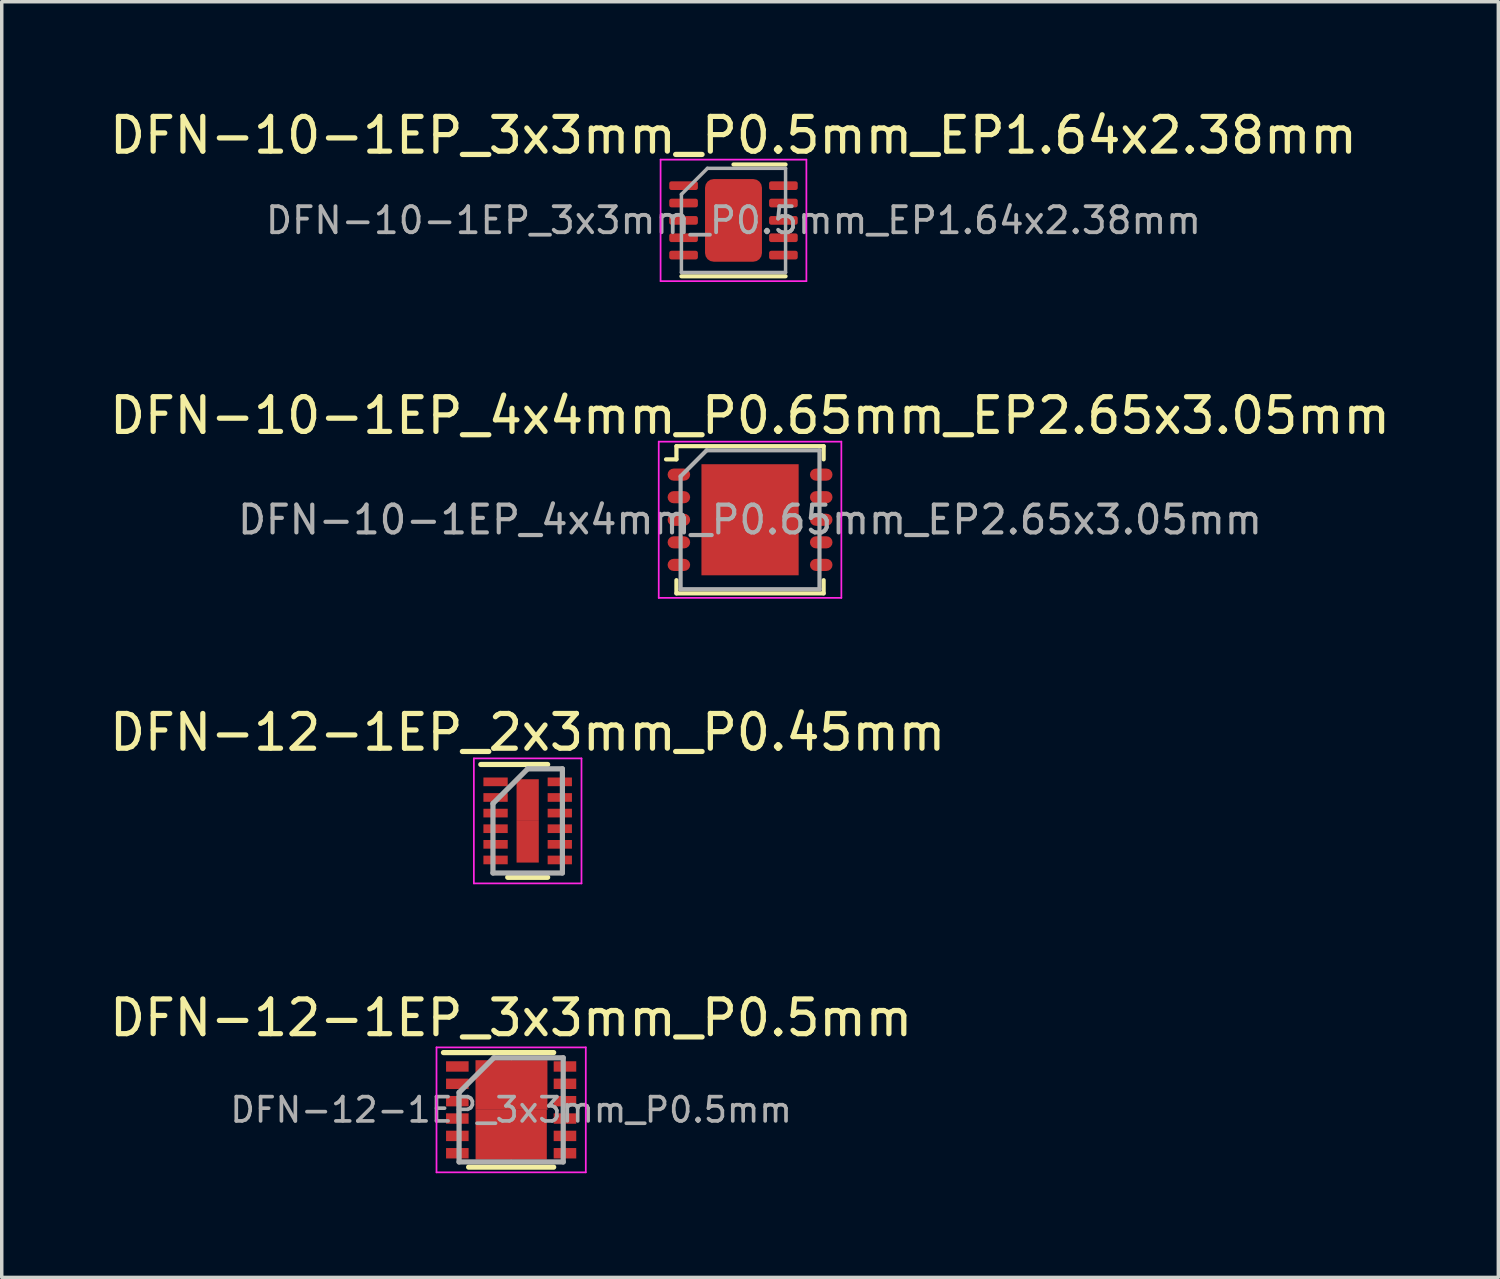
<source format=kicad_pcb>
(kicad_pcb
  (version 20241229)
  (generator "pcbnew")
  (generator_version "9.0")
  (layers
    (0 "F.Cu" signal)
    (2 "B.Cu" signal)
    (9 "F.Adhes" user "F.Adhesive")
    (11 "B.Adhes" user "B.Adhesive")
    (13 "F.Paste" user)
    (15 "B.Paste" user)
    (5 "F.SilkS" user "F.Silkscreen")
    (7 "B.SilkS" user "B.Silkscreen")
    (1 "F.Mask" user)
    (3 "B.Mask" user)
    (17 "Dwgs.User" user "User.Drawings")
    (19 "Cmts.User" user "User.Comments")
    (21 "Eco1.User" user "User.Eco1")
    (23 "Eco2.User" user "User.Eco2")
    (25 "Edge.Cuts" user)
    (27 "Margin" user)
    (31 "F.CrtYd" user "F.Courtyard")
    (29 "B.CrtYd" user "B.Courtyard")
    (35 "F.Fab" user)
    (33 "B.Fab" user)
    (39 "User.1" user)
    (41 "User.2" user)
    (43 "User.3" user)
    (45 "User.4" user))
  (footprint "DFN-10-1EP_3x3mm_P0.5mm_EP1.64x2.38mm"
    (layer "F.Cu")
    (at 18.077 3.298)
    (property "Reference" "DFN-10-1EP_3x3mm_P0.5mm_EP1.64x2.38mm" (at 0 -2.45 0) (layer "F.SilkS") (effects (font (size 1 1) (thickness 0.15))))
    (attr smd)
    (fp_line (start -1.5 1.61) (end 1.5 1.61) (stroke (width 0.12) (type solid)) (layer "F.SilkS"))
    (fp_line (start 0 -1.61) (end 1.5 -1.61) (stroke (width 0.12) (type solid)) (layer "F.SilkS"))
    (fp_line (start -2.1 -1.75) (end -2.1 1.75) (stroke (width 0.05) (type solid)) (layer "F.CrtYd"))
    (fp_line (start -2.1 1.75) (end 2.1 1.75) (stroke (width 0.05) (type solid)) (layer "F.CrtYd"))
    (fp_line (start 2.1 -1.75) (end -2.1 -1.75) (stroke (width 0.05) (type solid)) (layer "F.CrtYd"))
    (fp_line (start 2.1 1.75) (end 2.1 -1.75) (stroke (width 0.05) (type solid)) (layer "F.CrtYd"))
    (fp_line (start -1.5 -0.75) (end -0.75 -1.5) (stroke (width 0.1) (type solid)) (layer "F.Fab"))
    (fp_line (start -1.5 1.5) (end -1.5 -0.75) (stroke (width 0.1) (type solid)) (layer "F.Fab"))
    (fp_line (start -0.75 -1.5) (end 1.5 -1.5) (stroke (width 0.1) (type solid)) (layer "F.Fab"))
    (fp_line (start 1.5 -1.5) (end 1.5 1.5) (stroke (width 0.1) (type solid)) (layer "F.Fab"))
    (fp_line (start 1.5 1.5) (end -1.5 1.5) (stroke (width 0.1) (type solid)) (layer "F.Fab"))
    (fp_text user "${REFERENCE}" (at 0 0 0) (layer "F.Fab") (effects (font (size 0.75 0.75) (thickness 0.11))))
    (pad "" smd roundrect (at -0.41 -0.595) (size 0.66 0.96) (layers "F.Paste") (roundrect_rratio 0.25))
    (pad "" smd roundrect (at -0.41 0.595) (size 0.66 0.96) (layers "F.Paste") (roundrect_rratio 0.25))
    (pad "" smd roundrect (at 0.41 -0.595) (size 0.66 0.96) (layers "F.Paste") (roundrect_rratio 0.25))
    (pad "" smd roundrect (at 0.41 0.595) (size 0.66 0.96) (layers "F.Paste") (roundrect_rratio 0.25))
    (pad "1" smd roundrect (at -1.438 -1) (size 0.825 0.25) (layers "F.Cu" "F.Mask" "F.Paste") (roundrect_rratio 0.25))
    (pad "2" smd roundrect (at -1.438 -0.5) (size 0.825 0.25) (layers "F.Cu" "F.Mask" "F.Paste") (roundrect_rratio 0.25))
    (pad "3" smd roundrect (at -1.438 0) (size 0.825 0.25) (layers "F.Cu" "F.Mask" "F.Paste") (roundrect_rratio 0.25))
    (pad "4" smd roundrect (at -1.438 0.5) (size 0.825 0.25) (layers "F.Cu" "F.Mask" "F.Paste") (roundrect_rratio 0.25))
    (pad "5" smd roundrect (at -1.438 1) (size 0.825 0.25) (layers "F.Cu" "F.Mask" "F.Paste") (roundrect_rratio 0.25))
    (pad "6" smd roundrect (at 1.438 1) (size 0.825 0.25) (layers "F.Cu" "F.Mask" "F.Paste") (roundrect_rratio 0.25))
    (pad "7" smd roundrect (at 1.438 0.5) (size 0.825 0.25) (layers "F.Cu" "F.Mask" "F.Paste") (roundrect_rratio 0.25))
    (pad "8" smd roundrect (at 1.438 0) (size 0.825 0.25) (layers "F.Cu" "F.Mask" "F.Paste") (roundrect_rratio 0.25))
    (pad "9" smd roundrect (at 1.438 -0.5) (size 0.825 0.25) (layers "F.Cu" "F.Mask" "F.Paste") (roundrect_rratio 0.25))
    (pad "10" smd roundrect (at 1.438 -1) (size 0.825 0.25) (layers "F.Cu" "F.Mask" "F.Paste") (roundrect_rratio 0.25))
    (pad "11" smd roundrect (at 0 0) (size 1.64 2.38) (layers "F.Cu" "F.Mask") (roundrect_rratio 0.152)))
  (footprint "DFN-12-1EP_3x3mm_P0.5mm"
    (layer "F.Cu")
    (at 11.673 28.918)
    (property "Reference" "DFN-12-1EP_3x3mm_P0.5mm" (at 0 -2.65 0) (layer "F.SilkS") (effects (font (size 1 1) (thickness 0.15))))
    (attr smd)
    (fp_line (start -1.95 -1.65) (end 1.225 -1.65) (stroke (width 0.15) (type solid)) (layer "F.SilkS"))
    (fp_line (start -1.225 1.65) (end 1.225 1.65) (stroke (width 0.15) (type solid)) (layer "F.SilkS"))
    (fp_line (start -2.15 -1.8) (end -2.15 1.8) (stroke (width 0.05) (type solid)) (layer "F.CrtYd"))
    (fp_line (start -2.15 -1.8) (end 2.15 -1.8) (stroke (width 0.05) (type solid)) (layer "F.CrtYd"))
    (fp_line (start -2.15 1.8) (end 2.15 1.8) (stroke (width 0.05) (type solid)) (layer "F.CrtYd"))
    (fp_line (start 2.15 -1.8) (end 2.15 1.8) (stroke (width 0.05) (type solid)) (layer "F.CrtYd"))
    (fp_line (start -1.5 -0.5) (end -0.5 -1.5) (stroke (width 0.15) (type solid)) (layer "F.Fab"))
    (fp_line (start -1.5 1.5) (end -1.5 -0.5) (stroke (width 0.15) (type solid)) (layer "F.Fab"))
    (fp_line (start -0.5 -1.5) (end 1.5 -1.5) (stroke (width 0.15) (type solid)) (layer "F.Fab"))
    (fp_line (start 1.5 -1.5) (end 1.5 1.5) (stroke (width 0.15) (type solid)) (layer "F.Fab"))
    (fp_line (start 1.5 1.5) (end -1.5 1.5) (stroke (width 0.15) (type solid)) (layer "F.Fab"))
    (fp_text user "${REFERENCE}" (at 0 0 0) (layer "F.Fab") (effects (font (size 0.7 0.7) (thickness 0.105))))
    (pad "1" smd rect (at -1.55 -1.25) (size 0.65 0.3) (layers "F.Cu" "F.Mask" "F.Paste"))
    (pad "2" smd rect (at -1.55 -0.75) (size 0.65 0.3) (layers "F.Cu" "F.Mask" "F.Paste"))
    (pad "3" smd rect (at -1.55 -0.25) (size 0.65 0.3) (layers "F.Cu" "F.Mask" "F.Paste"))
    (pad "4" smd rect (at -1.55 0.25) (size 0.65 0.3) (layers "F.Cu" "F.Mask" "F.Paste"))
    (pad "5" smd rect (at -1.55 0.75) (size 0.65 0.3) (layers "F.Cu" "F.Mask" "F.Paste"))
    (pad "6" smd rect (at -1.55 1.25) (size 0.65 0.3) (layers "F.Cu" "F.Mask" "F.Paste"))
    (pad "7" smd rect (at 1.55 1.25) (size 0.65 0.3) (layers "F.Cu" "F.Mask" "F.Paste"))
    (pad "8" smd rect (at 1.55 0.75) (size 0.65 0.3) (layers "F.Cu" "F.Mask" "F.Paste"))
    (pad "9" smd rect (at 1.55 0.25) (size 0.65 0.3) (layers "F.Cu" "F.Mask" "F.Paste"))
    (pad "10" smd rect (at 1.55 -0.25) (size 0.65 0.3) (layers "F.Cu" "F.Mask" "F.Paste"))
    (pad "11" smd rect (at 1.55 -0.75) (size 0.65 0.3) (layers "F.Cu" "F.Mask" "F.Paste"))
    (pad "12" smd rect (at 1.55 -1.25) (size 0.65 0.3) (layers "F.Cu" "F.Mask" "F.Paste"))
    (pad "13" smd rect (at -0.502 -0.715) (size 1.05 1.43) (layers "F.Cu" "F.Mask" "F.Paste"))
    (pad "13" smd rect (at -0.5 0.715) (size 1.05 1.43) (layers "F.Cu" "F.Mask" "F.Paste"))
    (pad "13" smd rect (at 0.502 0.715) (size 1.05 1.43) (layers "F.Cu" "F.Mask" "F.Paste"))
    (pad "13" smd rect (at 0.52 -0.715) (size 1.05 1.43) (layers "F.Cu" "F.Mask" "F.Paste")))
  (footprint "DFN-10-1EP_4x4mm_P0.65mm_EP2.65x3.05mm"
    (layer "F.Cu")
    (at 18.554 11.921)
    (property "Reference" "DFN-10-1EP_4x4mm_P0.65mm_EP2.65x3.05mm" (at 0 -3 0) (layer "F.SilkS") (effects (font (size 1 1) (thickness 0.15))))
    (attr through_hole)
    (fp_line (start -2.12 -1.74) (end -2.42 -1.74) (stroke (width 0.12) (type solid)) (layer "F.SilkS"))
    (fp_line (start -2.12 -1.74) (end -2.12 -2.12) (stroke (width 0.122) (type solid)) (layer "F.SilkS"))
    (fp_line (start -2.12 2.12) (end -2.12 1.74) (stroke (width 0.122) (type solid)) (layer "F.SilkS"))
    (fp_line (start 2.12 -2.12) (end -2.12 -2.12) (stroke (width 0.12) (type solid)) (layer "F.SilkS"))
    (fp_line (start 2.12 -1.74) (end 2.12 -2.12) (stroke (width 0.12) (type solid)) (layer "F.SilkS"))
    (fp_line (start 2.12 1.74) (end 2.12 2.12) (stroke (width 0.12) (type solid)) (layer "F.SilkS"))
    (fp_line (start 2.12 2.12) (end -2.12 2.12) (stroke (width 0.12) (type solid)) (layer "F.SilkS"))
    (fp_line (start -2.63 -2.25) (end 2.63 -2.25) (stroke (width 0.05) (type solid)) (layer "F.CrtYd"))
    (fp_line (start -2.63 2.25) (end -2.63 -2.25) (stroke (width 0.05) (type solid)) (layer "F.CrtYd"))
    (fp_line (start 2.63 -2.25) (end 2.63 2.25) (stroke (width 0.05) (type solid)) (layer "F.CrtYd"))
    (fp_line (start 2.63 2.25) (end -2.63 2.25) (stroke (width 0.05) (type solid)) (layer "F.CrtYd"))
    (fp_line (start -2 -1.25) (end -1.25 -2) (stroke (width 0.12) (type solid)) (layer "F.Fab"))
    (fp_line (start -2 2) (end -2 -1.25) (stroke (width 0.12) (type solid)) (layer "F.Fab"))
    (fp_line (start -1.25 -2) (end 2 -2) (stroke (width 0.12) (type solid)) (layer "F.Fab"))
    (fp_line (start 2 -2) (end 2 2) (stroke (width 0.12) (type solid)) (layer "F.Fab"))
    (fp_line (start 2 2) (end -2 2) (stroke (width 0.12) (type solid)) (layer "F.Fab"))
    (fp_text user "${REFERENCE}" (at 0 0 180) (layer "F.Fab") (effects (font (size 0.8 0.8) (thickness 0.12))))
    (pad "" smd rect (at -0.7 -1.2) (size 0.91 0.52) (layers "F.Paste"))
    (pad "" smd rect (at -0.7 -0.4) (size 0.91 0.52) (layers "F.Paste"))
    (pad "" smd rect (at -0.7 0.4) (size 0.91 0.52) (layers "F.Paste"))
    (pad "" smd rect (at -0.7 1.2) (size 0.91 0.52) (layers "F.Paste"))
    (pad "" smd rect (at 0.7 -1.2) (size 0.91 0.52) (layers "F.Paste"))
    (pad "" smd rect (at 0.7 -0.4) (size 0.91 0.52) (layers "F.Paste"))
    (pad "" smd rect (at 0.7 0.4) (size 0.91 0.52) (layers "F.Paste"))
    (pad "" smd rect (at 0.7 1.2) (size 0.91 0.52) (layers "F.Paste"))
    (pad "1" smd roundrect (at -2.05 -1.3) (size 0.65 0.35) (layers "F.Cu" "F.Mask" "F.Paste") (roundrect_rratio 0.5))
    (pad "2" smd roundrect (at -2.05 -0.65) (size 0.65 0.35) (layers "F.Cu" "F.Mask" "F.Paste") (roundrect_rratio 0.5))
    (pad "3" smd roundrect (at -2.05 0) (size 0.65 0.35) (layers "F.Cu" "F.Mask" "F.Paste") (roundrect_rratio 0.5))
    (pad "4" smd roundrect (at -2.05 0.65) (size 0.65 0.35) (layers "F.Cu" "F.Mask" "F.Paste") (roundrect_rratio 0.5))
    (pad "5" smd roundrect (at -2.05 1.3) (size 0.65 0.35) (layers "F.Cu" "F.Mask" "F.Paste") (roundrect_rratio 0.5))
    (pad "6" smd roundrect (at 2.05 1.3) (size 0.65 0.35) (layers "F.Cu" "F.Mask" "F.Paste") (roundrect_rratio 0.5))
    (pad "7" smd roundrect (at 2.05 0.65) (size 0.65 0.35) (layers "F.Cu" "F.Mask" "F.Paste") (roundrect_rratio 0.5))
    (pad "8" smd roundrect (at 2.05 0) (size 0.65 0.35) (layers "F.Cu" "F.Mask" "F.Paste") (roundrect_rratio 0.5))
    (pad "9" smd roundrect (at 2.05 -0.65) (size 0.65 0.35) (layers "F.Cu" "F.Mask" "F.Paste") (roundrect_rratio 0.5))
    (pad "10" smd roundrect (at 2.05 -1.3) (size 0.65 0.35) (layers "F.Cu" "F.Mask" "F.Paste") (roundrect_rratio 0.5))
    (pad "11" smd rect (at 0 0) (size 2.8 3.2) (layers "F.Cu" "F.Mask")))
  (footprint "DFN-12-1EP_2x3mm_P0.45mm"
    (layer "F.Cu")
    (at 12.149 20.595)
    (property "Reference" "DFN-12-1EP_2x3mm_P0.45mm" (at 0 -2.55 0) (layer "F.SilkS") (effects (font (size 1 1) (thickness 0.15))))
    (attr smd)
    (fp_line (start -1.35 -1.625) (end 0.575 -1.625) (stroke (width 0.15) (type solid)) (layer "F.SilkS"))
    (fp_line (start -0.575 1.625) (end 0.575 1.625) (stroke (width 0.15) (type solid)) (layer "F.SilkS"))
    (fp_line (start -1.55 -1.8) (end -1.55 1.8) (stroke (width 0.05) (type solid)) (layer "F.CrtYd"))
    (fp_line (start -1.55 -1.8) (end 1.55 -1.8) (stroke (width 0.05) (type solid)) (layer "F.CrtYd"))
    (fp_line (start -1.55 1.8) (end 1.55 1.8) (stroke (width 0.05) (type solid)) (layer "F.CrtYd"))
    (fp_line (start 1.55 -1.8) (end 1.55 1.8) (stroke (width 0.05) (type solid)) (layer "F.CrtYd"))
    (fp_line (start -1 -0.5) (end 0 -1.5) (stroke (width 0.15) (type solid)) (layer "F.Fab"))
    (fp_line (start -1 1.5) (end -1 -0.5) (stroke (width 0.15) (type solid)) (layer "F.Fab"))
    (fp_line (start 0 -1.5) (end 1 -1.5) (stroke (width 0.15) (type solid)) (layer "F.Fab"))
    (fp_line (start 1 -1.5) (end 1 1.5) (stroke (width 0.15) (type solid)) (layer "F.Fab"))
    (fp_line (start 1 1.5) (end -1 1.5) (stroke (width 0.15) (type solid)) (layer "F.Fab"))
    (pad "1" smd rect (at -0.925 -1.125) (size 0.7 0.25) (layers "F.Cu" "F.Mask" "F.Paste"))
    (pad "2" smd rect (at -0.925 -0.675) (size 0.7 0.25) (layers "F.Cu" "F.Mask" "F.Paste"))
    (pad "3" smd rect (at -0.925 -0.225) (size 0.7 0.25) (layers "F.Cu" "F.Mask" "F.Paste"))
    (pad "4" smd rect (at -0.925 0.225) (size 0.7 0.25) (layers "F.Cu" "F.Mask" "F.Paste"))
    (pad "5" smd rect (at -0.925 0.675) (size 0.7 0.25) (layers "F.Cu" "F.Mask" "F.Paste"))
    (pad "6" smd rect (at -0.925 1.125) (size 0.7 0.25) (layers "F.Cu" "F.Mask" "F.Paste"))
    (pad "7" smd rect (at 0.925 1.125) (size 0.7 0.25) (layers "F.Cu" "F.Mask" "F.Paste"))
    (pad "8" smd rect (at 0.925 0.675) (size 0.7 0.25) (layers "F.Cu" "F.Mask" "F.Paste"))
    (pad "9" smd rect (at 0.925 0.225) (size 0.7 0.25) (layers "F.Cu" "F.Mask" "F.Paste"))
    (pad "10" smd rect (at 0.925 -0.225) (size 0.7 0.25) (layers "F.Cu" "F.Mask" "F.Paste"))
    (pad "11" smd rect (at 0.925 -0.675) (size 0.7 0.25) (layers "F.Cu" "F.Mask" "F.Paste"))
    (pad "12" smd rect (at 0.925 -1.125) (size 0.7 0.25) (layers "F.Cu" "F.Mask" "F.Paste"))
    (pad "13" smd rect (at 0 -0.6) (size 0.64 1.2) (layers "F.Cu" "F.Mask" "F.Paste"))
    (pad "13" smd rect (at 0 0.6) (size 0.64 1.2) (layers "F.Cu" "F.Mask" "F.Paste")))
  (gr_rect
    (start -3 -3)
    (end 40.107 33.743)
    (stroke (width 0.1) (type default))
    (fill no)
    (layer "Edge.Cuts")))
</source>
